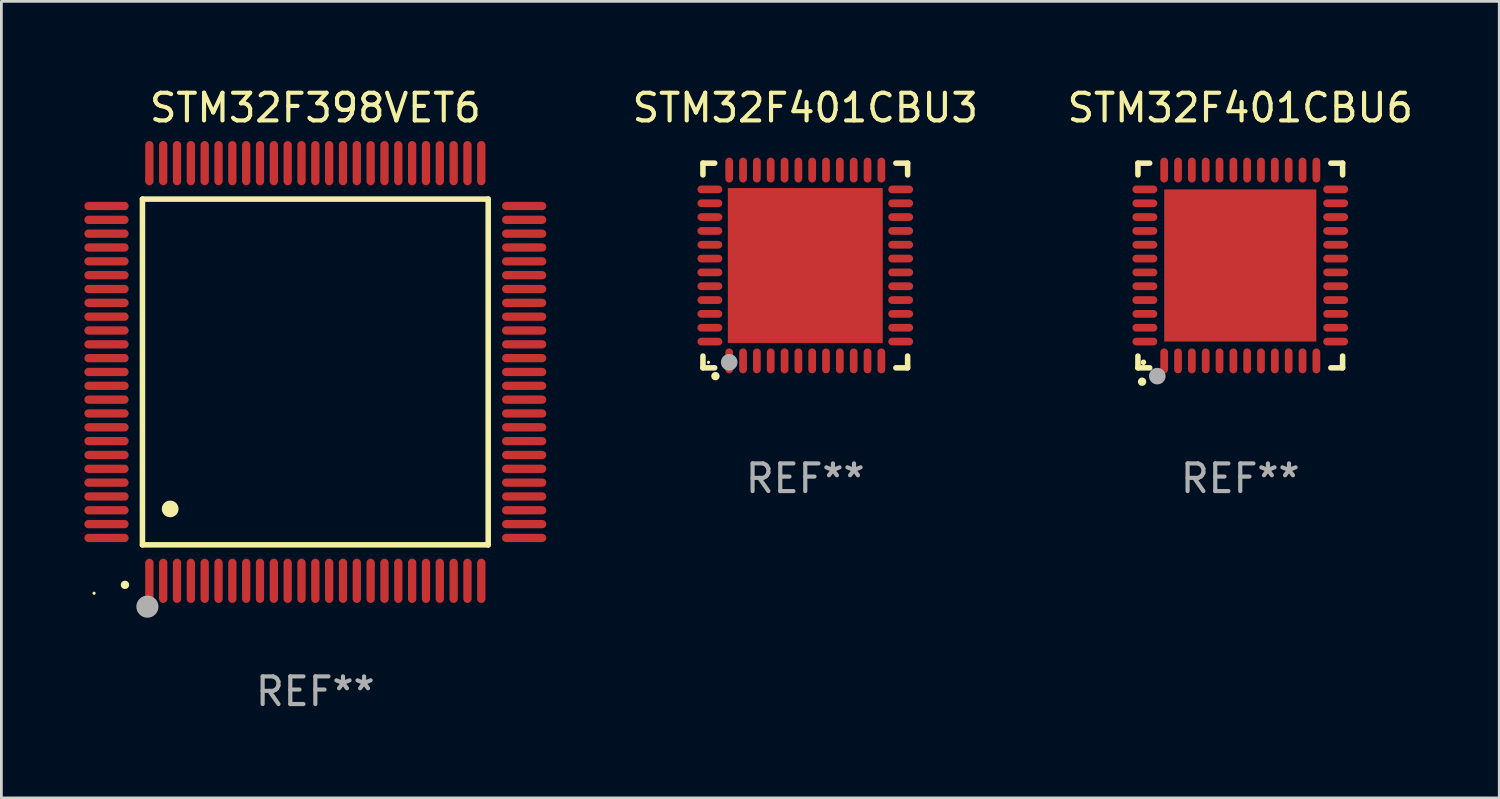
<source format=kicad_pcb>
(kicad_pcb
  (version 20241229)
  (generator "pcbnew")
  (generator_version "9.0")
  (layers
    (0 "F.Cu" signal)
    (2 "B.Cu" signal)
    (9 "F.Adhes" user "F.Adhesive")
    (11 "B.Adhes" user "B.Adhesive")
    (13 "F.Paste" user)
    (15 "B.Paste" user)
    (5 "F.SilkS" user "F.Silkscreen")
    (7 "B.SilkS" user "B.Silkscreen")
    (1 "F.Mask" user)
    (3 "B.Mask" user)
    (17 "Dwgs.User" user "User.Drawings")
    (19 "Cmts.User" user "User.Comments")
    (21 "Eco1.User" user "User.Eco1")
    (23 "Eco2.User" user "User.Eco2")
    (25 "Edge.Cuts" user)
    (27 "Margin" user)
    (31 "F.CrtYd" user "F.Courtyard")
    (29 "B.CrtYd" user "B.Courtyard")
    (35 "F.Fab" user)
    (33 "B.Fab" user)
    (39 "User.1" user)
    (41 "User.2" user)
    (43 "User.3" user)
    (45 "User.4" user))
  (footprint "STM32F401CBU6"
    (layer "F.Cu")
    (at 41.789 6.548)
    (property "Reference" "STM32F401CBU6" (at 0 -5.7 0) (layer "F.SilkS") (effects (font (size 1 1) (thickness 0.15))))
    (attr through_hole)
    (fp_line (start -3.7 -3.7) (end -3.275 -3.7) (stroke (width 0.2) (type solid)) (layer "F.SilkS"))
    (fp_line (start -3.7 -3.275) (end -3.7 -3.7) (stroke (width 0.2) (type solid)) (layer "F.SilkS"))
    (fp_line (start -3.7 3.7) (end -3.7 3.275) (stroke (width 0.2) (type solid)) (layer "F.SilkS"))
    (fp_line (start -3.275 3.7) (end -3.7 3.7) (stroke (width 0.2) (type solid)) (layer "F.SilkS"))
    (fp_line (start 3.7 -3.7) (end 3.275 -3.7) (stroke (width 0.2) (type solid)) (layer "F.SilkS"))
    (fp_line (start 3.7 -3.275) (end 3.7 -3.7) (stroke (width 0.2) (type solid)) (layer "F.SilkS"))
    (fp_line (start 3.7 3.275) (end 3.7 3.7) (stroke (width 0.2) (type solid)) (layer "F.SilkS"))
    (fp_line (start 3.7 3.7) (end 3.275 3.7) (stroke (width 0.2) (type solid)) (layer "F.SilkS"))
    (fp_arc (start -3.550927 4.201168) (mid -3.549657 4.201163) (end -3.548387 4.201168) (stroke (width 0.3) (type solid)) (layer "F.SilkS"))
    (fp_circle (center -3.5 3.5) (end -3.45 3.5) (stroke (width 0.1) (type solid)) (fill no) (layer "F.SilkS"))
    (fp_circle (center -3 4) (end -2.85 4) (stroke (width 0.3) (type solid)) (fill no) (layer "F.Fab"))
    (fp_text user "REF**" (at 0 7.7 0) (layer "F.Fab") (effects (font (size 1 1) (thickness 0.15))))
    (pad "1" smd oval (at -2.751 3.449) (size 0.28 0.9) (layers "F.Cu" "F.Mask" "F.Paste"))
    (pad "2" smd oval (at -2.25 3.449) (size 0.28 0.9) (layers "F.Cu" "F.Mask" "F.Paste"))
    (pad "3" smd oval (at -1.75 3.449) (size 0.28 0.9) (layers "F.Cu" "F.Mask" "F.Paste"))
    (pad "4" smd oval (at -1.25 3.449) (size 0.28 0.9) (layers "F.Cu" "F.Mask" "F.Paste"))
    (pad "5" smd oval (at -0.749 3.449) (size 0.28 0.9) (layers "F.Cu" "F.Mask" "F.Paste"))
    (pad "6" smd oval (at -0.249 3.449) (size 0.28 0.9) (layers "F.Cu" "F.Mask" "F.Paste"))
    (pad "7" smd oval (at 0.249 3.449) (size 0.28 0.9) (layers "F.Cu" "F.Mask" "F.Paste"))
    (pad "8" smd oval (at 0.749 3.449) (size 0.28 0.9) (layers "F.Cu" "F.Mask" "F.Paste"))
    (pad "9" smd oval (at 1.25 3.449) (size 0.28 0.9) (layers "F.Cu" "F.Mask" "F.Paste"))
    (pad "10" smd oval (at 1.75 3.449) (size 0.28 0.9) (layers "F.Cu" "F.Mask" "F.Paste"))
    (pad "11" smd oval (at 2.251 3.449) (size 0.28 0.9) (layers "F.Cu" "F.Mask" "F.Paste"))
    (pad "12" smd oval (at 2.751 3.449) (size 0.28 0.9) (layers "F.Cu" "F.Mask" "F.Paste"))
    (pad "13" smd oval (at 3.449 2.751) (size 0.9 0.28) (layers "F.Cu" "F.Mask" "F.Paste"))
    (pad "14" smd oval (at 3.449 2.251) (size 0.9 0.28) (layers "F.Cu" "F.Mask" "F.Paste"))
    (pad "15" smd oval (at 3.449 1.75) (size 0.9 0.28) (layers "F.Cu" "F.Mask" "F.Paste"))
    (pad "16" smd oval (at 3.449 1.25) (size 0.9 0.28) (layers "F.Cu" "F.Mask" "F.Paste"))
    (pad "17" smd oval (at 3.449 0.749) (size 0.9 0.28) (layers "F.Cu" "F.Mask" "F.Paste"))
    (pad "18" smd oval (at 3.449 0.249) (size 0.9 0.28) (layers "F.Cu" "F.Mask" "F.Paste"))
    (pad "19" smd oval (at 3.449 -0.249) (size 0.9 0.28) (layers "F.Cu" "F.Mask" "F.Paste"))
    (pad "20" smd oval (at 3.449 -0.749) (size 0.9 0.28) (layers "F.Cu" "F.Mask" "F.Paste"))
    (pad "21" smd oval (at 3.449 -1.25) (size 0.9 0.28) (layers "F.Cu" "F.Mask" "F.Paste"))
    (pad "22" smd oval (at 3.449 -1.75) (size 0.9 0.28) (layers "F.Cu" "F.Mask" "F.Paste"))
    (pad "23" smd oval (at 3.449 -2.25) (size 0.9 0.28) (layers "F.Cu" "F.Mask" "F.Paste"))
    (pad "24" smd oval (at 3.449 -2.751) (size 0.9 0.28) (layers "F.Cu" "F.Mask" "F.Paste"))
    (pad "25" smd oval (at 2.751 -3.449) (size 0.28 0.9) (layers "F.Cu" "F.Mask" "F.Paste"))
    (pad "26" smd oval (at 2.251 -3.449) (size 0.28 0.9) (layers "F.Cu" "F.Mask" "F.Paste"))
    (pad "27" smd oval (at 1.75 -3.449) (size 0.28 0.9) (layers "F.Cu" "F.Mask" "F.Paste"))
    (pad "28" smd oval (at 1.25 -3.449) (size 0.28 0.9) (layers "F.Cu" "F.Mask" "F.Paste"))
    (pad "29" smd oval (at 0.749 -3.449) (size 0.28 0.9) (layers "F.Cu" "F.Mask" "F.Paste"))
    (pad "30" smd oval (at 0.249 -3.449) (size 0.28 0.9) (layers "F.Cu" "F.Mask" "F.Paste"))
    (pad "31" smd oval (at -0.249 -3.449) (size 0.28 0.9) (layers "F.Cu" "F.Mask" "F.Paste"))
    (pad "32" smd oval (at -0.749 -3.449) (size 0.28 0.9) (layers "F.Cu" "F.Mask" "F.Paste"))
    (pad "33" smd oval (at -1.25 -3.449) (size 0.28 0.9) (layers "F.Cu" "F.Mask" "F.Paste"))
    (pad "34" smd oval (at -1.75 -3.449) (size 0.28 0.9) (layers "F.Cu" "F.Mask" "F.Paste"))
    (pad "35" smd oval (at -2.25 -3.449) (size 0.28 0.9) (layers "F.Cu" "F.Mask" "F.Paste"))
    (pad "36" smd oval (at -2.751 -3.449) (size 0.28 0.9) (layers "F.Cu" "F.Mask" "F.Paste"))
    (pad "37" smd oval (at -3.449 -2.751) (size 0.9 0.28) (layers "F.Cu" "F.Mask" "F.Paste"))
    (pad "38" smd oval (at -3.449 -2.25) (size 0.9 0.28) (layers "F.Cu" "F.Mask" "F.Paste"))
    (pad "39" smd oval (at -3.449 -1.75) (size 0.9 0.28) (layers "F.Cu" "F.Mask" "F.Paste"))
    (pad "40" smd oval (at -3.449 -1.25) (size 0.9 0.28) (layers "F.Cu" "F.Mask" "F.Paste"))
    (pad "41" smd oval (at -3.449 -0.749) (size 0.9 0.28) (layers "F.Cu" "F.Mask" "F.Paste"))
    (pad "42" smd oval (at -3.449 -0.249) (size 0.9 0.28) (layers "F.Cu" "F.Mask" "F.Paste"))
    (pad "43" smd oval (at -3.449 0.249) (size 0.9 0.28) (layers "F.Cu" "F.Mask" "F.Paste"))
    (pad "44" smd oval (at -3.449 0.749) (size 0.9 0.28) (layers "F.Cu" "F.Mask" "F.Paste"))
    (pad "45" smd oval (at -3.449 1.25) (size 0.9 0.28) (layers "F.Cu" "F.Mask" "F.Paste"))
    (pad "46" smd oval (at -3.449 1.75) (size 0.9 0.28) (layers "F.Cu" "F.Mask" "F.Paste"))
    (pad "47" smd oval (at -3.449 2.251) (size 0.9 0.28) (layers "F.Cu" "F.Mask" "F.Paste"))
    (pad "48" smd oval (at -3.449 2.751) (size 0.9 0.28) (layers "F.Cu" "F.Mask" "F.Paste"))
    (pad "49" smd rect (at 0.000076 0.000076) (size 5.5 5.5) (layers "F.Cu" "F.Mask" "F.Paste")))
  (footprint "STM32F398VET6"
    (layer "F.Cu")
    (at 8.35 10.398)
    (property "Reference" "STM32F398VET6" (at 0 -9.55 0) (layer "F.SilkS") (effects (font (size 1 1) (thickness 0.15))))
    (attr through_hole)
    (fp_line (start -6.25 -6.25) (end -6.25 6.25) (stroke (width 0.2) (type solid)) (layer "F.SilkS"))
    (fp_line (start -6.25 6.25) (end 6.25 6.25) (stroke (width 0.2) (type solid)) (layer "F.SilkS"))
    (fp_line (start 6.25 -6.25) (end -6.25 -6.25) (stroke (width 0.2) (type solid)) (layer "F.SilkS"))
    (fp_line (start 6.25 6.25) (end 6.25 -6.25) (stroke (width 0.2) (type solid)) (layer "F.SilkS"))
    (fp_arc (start -6.883414 7.696215) (mid -6.882144 7.69621) (end -6.880874 7.696215) (stroke (width 0.3) (type solid)) (layer "F.SilkS"))
    (fp_arc (start -5.250191 4.95047) (mid -5.247651 4.950459) (end -5.245111 4.95047) (stroke (width 0.6) (type solid)) (layer "F.SilkS"))
    (fp_circle (center -8 8) (end -7.97 8) (stroke (width 0.06) (type solid)) (fill no) (layer "F.SilkS"))
    (fp_circle (center -6.071 8.484) (end -5.871 8.484) (stroke (width 0.4) (type solid)) (fill no) (layer "F.Fab"))
    (fp_text user "REF**" (at 0 11.55 0) (layer "F.Fab") (effects (font (size 1 1) (thickness 0.15))))
    (pad "1" smd oval (at -6 7.55) (size 0.3 1.6) (layers "F.Cu" "F.Mask" "F.Paste"))
    (pad "2" smd oval (at -5.5 7.55) (size 0.3 1.6) (layers "F.Cu" "F.Mask" "F.Paste"))
    (pad "3" smd oval (at -5 7.55) (size 0.3 1.6) (layers "F.Cu" "F.Mask" "F.Paste"))
    (pad "4" smd oval (at -4.5 7.55) (size 0.3 1.6) (layers "F.Cu" "F.Mask" "F.Paste"))
    (pad "5" smd oval (at -4 7.55) (size 0.3 1.6) (layers "F.Cu" "F.Mask" "F.Paste"))
    (pad "6" smd oval (at -3.5 7.55) (size 0.3 1.6) (layers "F.Cu" "F.Mask" "F.Paste"))
    (pad "7" smd oval (at -3 7.55) (size 0.3 1.6) (layers "F.Cu" "F.Mask" "F.Paste"))
    (pad "8" smd oval (at -2.5 7.55) (size 0.3 1.6) (layers "F.Cu" "F.Mask" "F.Paste"))
    (pad "9" smd oval (at -2 7.55) (size 0.3 1.6) (layers "F.Cu" "F.Mask" "F.Paste"))
    (pad "10" smd oval (at -1.5 7.55) (size 0.3 1.6) (layers "F.Cu" "F.Mask" "F.Paste"))
    (pad "11" smd oval (at -1 7.55) (size 0.3 1.6) (layers "F.Cu" "F.Mask" "F.Paste"))
    (pad "12" smd oval (at -0.5 7.55) (size 0.3 1.6) (layers "F.Cu" "F.Mask" "F.Paste"))
    (pad "13" smd oval (at 0 7.55) (size 0.3 1.6) (layers "F.Cu" "F.Mask" "F.Paste"))
    (pad "14" smd oval (at 0.5 7.55) (size 0.3 1.6) (layers "F.Cu" "F.Mask" "F.Paste"))
    (pad "15" smd oval (at 1 7.55) (size 0.3 1.6) (layers "F.Cu" "F.Mask" "F.Paste"))
    (pad "16" smd oval (at 1.5 7.55) (size 0.3 1.6) (layers "F.Cu" "F.Mask" "F.Paste"))
    (pad "17" smd oval (at 2 7.55) (size 0.3 1.6) (layers "F.Cu" "F.Mask" "F.Paste"))
    (pad "18" smd oval (at 2.5 7.55) (size 0.3 1.6) (layers "F.Cu" "F.Mask" "F.Paste"))
    (pad "19" smd oval (at 3 7.55) (size 0.3 1.6) (layers "F.Cu" "F.Mask" "F.Paste"))
    (pad "20" smd oval (at 3.5 7.55) (size 0.3 1.6) (layers "F.Cu" "F.Mask" "F.Paste"))
    (pad "21" smd oval (at 4 7.55) (size 0.3 1.6) (layers "F.Cu" "F.Mask" "F.Paste"))
    (pad "22" smd oval (at 4.5 7.55) (size 0.3 1.6) (layers "F.Cu" "F.Mask" "F.Paste"))
    (pad "23" smd oval (at 5 7.55) (size 0.3 1.6) (layers "F.Cu" "F.Mask" "F.Paste"))
    (pad "24" smd oval (at 5.5 7.55) (size 0.3 1.6) (layers "F.Cu" "F.Mask" "F.Paste"))
    (pad "25" smd oval (at 6 7.55) (size 0.3 1.6) (layers "F.Cu" "F.Mask" "F.Paste"))
    (pad "26" smd oval (at 7.55 6) (size 1.6 0.3) (layers "F.Cu" "F.Mask" "F.Paste"))
    (pad "27" smd oval (at 7.55 5.5) (size 1.6 0.3) (layers "F.Cu" "F.Mask" "F.Paste"))
    (pad "28" smd oval (at 7.55 5) (size 1.6 0.3) (layers "F.Cu" "F.Mask" "F.Paste"))
    (pad "29" smd oval (at 7.55 4.5) (size 1.6 0.3) (layers "F.Cu" "F.Mask" "F.Paste"))
    (pad "30" smd oval (at 7.55 4) (size 1.6 0.3) (layers "F.Cu" "F.Mask" "F.Paste"))
    (pad "31" smd oval (at 7.55 3.5) (size 1.6 0.3) (layers "F.Cu" "F.Mask" "F.Paste"))
    (pad "32" smd oval (at 7.55 3) (size 1.6 0.3) (layers "F.Cu" "F.Mask" "F.Paste"))
    (pad "33" smd oval (at 7.55 2.5) (size 1.6 0.3) (layers "F.Cu" "F.Mask" "F.Paste"))
    (pad "34" smd oval (at 7.55 2) (size 1.6 0.3) (layers "F.Cu" "F.Mask" "F.Paste"))
    (pad "35" smd oval (at 7.55 1.5) (size 1.6 0.3) (layers "F.Cu" "F.Mask" "F.Paste"))
    (pad "36" smd oval (at 7.55 1) (size 1.6 0.3) (layers "F.Cu" "F.Mask" "F.Paste"))
    (pad "37" smd oval (at 7.55 0.5) (size 1.6 0.3) (layers "F.Cu" "F.Mask" "F.Paste"))
    (pad "38" smd oval (at 7.55 0) (size 1.6 0.3) (layers "F.Cu" "F.Mask" "F.Paste"))
    (pad "39" smd oval (at 7.55 -0.5) (size 1.6 0.3) (layers "F.Cu" "F.Mask" "F.Paste"))
    (pad "40" smd oval (at 7.55 -1) (size 1.6 0.3) (layers "F.Cu" "F.Mask" "F.Paste"))
    (pad "41" smd oval (at 7.55 -1.5) (size 1.6 0.3) (layers "F.Cu" "F.Mask" "F.Paste"))
    (pad "42" smd oval (at 7.55 -2) (size 1.6 0.3) (layers "F.Cu" "F.Mask" "F.Paste"))
    (pad "43" smd oval (at 7.55 -2.5) (size 1.6 0.3) (layers "F.Cu" "F.Mask" "F.Paste"))
    (pad "44" smd oval (at 7.55 -3) (size 1.6 0.3) (layers "F.Cu" "F.Mask" "F.Paste"))
    (pad "45" smd oval (at 7.55 -3.5) (size 1.6 0.3) (layers "F.Cu" "F.Mask" "F.Paste"))
    (pad "46" smd oval (at 7.55 -4) (size 1.6 0.3) (layers "F.Cu" "F.Mask" "F.Paste"))
    (pad "47" smd oval (at 7.55 -4.5) (size 1.6 0.3) (layers "F.Cu" "F.Mask" "F.Paste"))
    (pad "48" smd oval (at 7.55 -5) (size 1.6 0.3) (layers "F.Cu" "F.Mask" "F.Paste"))
    (pad "49" smd oval (at 7.55 -5.5) (size 1.6 0.3) (layers "F.Cu" "F.Mask" "F.Paste"))
    (pad "50" smd oval (at 7.55 -6) (size 1.6 0.3) (layers "F.Cu" "F.Mask" "F.Paste"))
    (pad "51" smd oval (at 6 -7.55) (size 0.3 1.6) (layers "F.Cu" "F.Mask" "F.Paste"))
    (pad "52" smd oval (at 5.5 -7.55) (size 0.3 1.6) (layers "F.Cu" "F.Mask" "F.Paste"))
    (pad "53" smd oval (at 5 -7.55) (size 0.3 1.6) (layers "F.Cu" "F.Mask" "F.Paste"))
    (pad "54" smd oval (at 4.5 -7.55) (size 0.3 1.6) (layers "F.Cu" "F.Mask" "F.Paste"))
    (pad "55" smd oval (at 4 -7.55) (size 0.3 1.6) (layers "F.Cu" "F.Mask" "F.Paste"))
    (pad "56" smd oval (at 3.5 -7.55) (size 0.3 1.6) (layers "F.Cu" "F.Mask" "F.Paste"))
    (pad "57" smd oval (at 3 -7.55) (size 0.3 1.6) (layers "F.Cu" "F.Mask" "F.Paste"))
    (pad "58" smd oval (at 2.5 -7.55) (size 0.3 1.6) (layers "F.Cu" "F.Mask" "F.Paste"))
    (pad "59" smd oval (at 2 -7.55) (size 0.3 1.6) (layers "F.Cu" "F.Mask" "F.Paste"))
    (pad "60" smd oval (at 1.5 -7.55) (size 0.3 1.6) (layers "F.Cu" "F.Mask" "F.Paste"))
    (pad "61" smd oval (at 1 -7.55) (size 0.3 1.6) (layers "F.Cu" "F.Mask" "F.Paste"))
    (pad "62" smd oval (at 0.5 -7.55) (size 0.3 1.6) (layers "F.Cu" "F.Mask" "F.Paste"))
    (pad "63" smd oval (at 0 -7.55) (size 0.3 1.6) (layers "F.Cu" "F.Mask" "F.Paste"))
    (pad "64" smd oval (at -0.5 -7.55) (size 0.3 1.6) (layers "F.Cu" "F.Mask" "F.Paste"))
    (pad "65" smd oval (at -1 -7.55) (size 0.3 1.6) (layers "F.Cu" "F.Mask" "F.Paste"))
    (pad "66" smd oval (at -1.5 -7.55) (size 0.3 1.6) (layers "F.Cu" "F.Mask" "F.Paste"))
    (pad "67" smd oval (at -2 -7.55) (size 0.3 1.6) (layers "F.Cu" "F.Mask" "F.Paste"))
    (pad "68" smd oval (at -2.5 -7.55) (size 0.3 1.6) (layers "F.Cu" "F.Mask" "F.Paste"))
    (pad "69" smd oval (at -3 -7.55) (size 0.3 1.6) (layers "F.Cu" "F.Mask" "F.Paste"))
    (pad "70" smd oval (at -3.5 -7.55) (size 0.3 1.6) (layers "F.Cu" "F.Mask" "F.Paste"))
    (pad "71" smd oval (at -4 -7.55) (size 0.3 1.6) (layers "F.Cu" "F.Mask" "F.Paste"))
    (pad "72" smd oval (at -4.5 -7.55) (size 0.3 1.6) (layers "F.Cu" "F.Mask" "F.Paste"))
    (pad "73" smd oval (at -5 -7.55) (size 0.3 1.6) (layers "F.Cu" "F.Mask" "F.Paste"))
    (pad "74" smd oval (at -5.5 -7.55) (size 0.3 1.6) (layers "F.Cu" "F.Mask" "F.Paste"))
    (pad "75" smd oval (at -6 -7.55) (size 0.3 1.6) (layers "F.Cu" "F.Mask" "F.Paste"))
    (pad "76" smd oval (at -7.55 -6) (size 1.6 0.3) (layers "F.Cu" "F.Mask" "F.Paste"))
    (pad "77" smd oval (at -7.55 -5.5) (size 1.6 0.3) (layers "F.Cu" "F.Mask" "F.Paste"))
    (pad "78" smd oval (at -7.55 -5) (size 1.6 0.3) (layers "F.Cu" "F.Mask" "F.Paste"))
    (pad "79" smd oval (at -7.55 -4.5) (size 1.6 0.3) (layers "F.Cu" "F.Mask" "F.Paste"))
    (pad "80" smd oval (at -7.55 -4) (size 1.6 0.3) (layers "F.Cu" "F.Mask" "F.Paste"))
    (pad "81" smd oval (at -7.55 -3.5) (size 1.6 0.3) (layers "F.Cu" "F.Mask" "F.Paste"))
    (pad "82" smd oval (at -7.55 -3) (size 1.6 0.3) (layers "F.Cu" "F.Mask" "F.Paste"))
    (pad "83" smd oval (at -7.55 -2.5) (size 1.6 0.3) (layers "F.Cu" "F.Mask" "F.Paste"))
    (pad "84" smd oval (at -7.55 -2) (size 1.6 0.3) (layers "F.Cu" "F.Mask" "F.Paste"))
    (pad "85" smd oval (at -7.55 -1.5) (size 1.6 0.3) (layers "F.Cu" "F.Mask" "F.Paste"))
    (pad "86" smd oval (at -7.55 -1) (size 1.6 0.3) (layers "F.Cu" "F.Mask" "F.Paste"))
    (pad "87" smd oval (at -7.55 -0.5) (size 1.6 0.3) (layers "F.Cu" "F.Mask" "F.Paste"))
    (pad "88" smd oval (at -7.55 0) (size 1.6 0.3) (layers "F.Cu" "F.Mask" "F.Paste"))
    (pad "89" smd oval (at -7.55 0.5) (size 1.6 0.3) (layers "F.Cu" "F.Mask" "F.Paste"))
    (pad "90" smd oval (at -7.55 1) (size 1.6 0.3) (layers "F.Cu" "F.Mask" "F.Paste"))
    (pad "91" smd oval (at -7.55 1.5) (size 1.6 0.3) (layers "F.Cu" "F.Mask" "F.Paste"))
    (pad "92" smd oval (at -7.55 2) (size 1.6 0.3) (layers "F.Cu" "F.Mask" "F.Paste"))
    (pad "93" smd oval (at -7.55 2.5) (size 1.6 0.3) (layers "F.Cu" "F.Mask" "F.Paste"))
    (pad "94" smd oval (at -7.55 3) (size 1.6 0.3) (layers "F.Cu" "F.Mask" "F.Paste"))
    (pad "95" smd oval (at -7.55 3.5) (size 1.6 0.3) (layers "F.Cu" "F.Mask" "F.Paste"))
    (pad "96" smd oval (at -7.55 4) (size 1.6 0.3) (layers "F.Cu" "F.Mask" "F.Paste"))
    (pad "97" smd oval (at -7.55 4.5) (size 1.6 0.3) (layers "F.Cu" "F.Mask" "F.Paste"))
    (pad "98" smd oval (at -7.55 5) (size 1.6 0.3) (layers "F.Cu" "F.Mask" "F.Paste"))
    (pad "99" smd oval (at -7.55 5.5) (size 1.6 0.3) (layers "F.Cu" "F.Mask" "F.Paste"))
    (pad "100" smd oval (at -7.55 6) (size 1.6 0.3) (layers "F.Cu" "F.Mask" "F.Paste")))
  (footprint "STM32F401CBU3"
    (layer "F.Cu")
    (at 26.063 6.548)
    (property "Reference" "STM32F401CBU3" (at 0 -5.7 0) (layer "F.SilkS") (effects (font (size 1 1) (thickness 0.15))))
    (attr through_hole)
    (fp_line (start -3.7 -3.7) (end -3.275 -3.7) (stroke (width 0.2) (type solid)) (layer "F.SilkS"))
    (fp_line (start -3.7 -3.275) (end -3.7 -3.7) (stroke (width 0.2) (type solid)) (layer "F.SilkS"))
    (fp_line (start -3.7 3.7) (end -3.7 3.275) (stroke (width 0.2) (type solid)) (layer "F.SilkS"))
    (fp_line (start -3.275 3.7) (end -3.7 3.7) (stroke (width 0.2) (type solid)) (layer "F.SilkS"))
    (fp_line (start 3.7 -3.7) (end 3.275 -3.7) (stroke (width 0.2) (type solid)) (layer "F.SilkS"))
    (fp_line (start 3.7 -3.275) (end 3.7 -3.7) (stroke (width 0.2) (type solid)) (layer "F.SilkS"))
    (fp_line (start 3.7 3.275) (end 3.7 3.7) (stroke (width 0.2) (type solid)) (layer "F.SilkS"))
    (fp_line (start 3.7 3.7) (end 3.275 3.7) (stroke (width 0.2) (type solid)) (layer "F.SilkS"))
    (fp_arc (start -3.249936 3.999975) (mid -3.248666 3.99997) (end -3.247396 3.999975) (stroke (width 0.3) (type solid)) (layer "F.SilkS"))
    (fp_circle (center -3.5 3.5) (end -3.47 3.5) (stroke (width 0.06) (type solid)) (fill no) (layer "F.SilkS"))
    (fp_circle (center -2.75 3.5) (end -2.6 3.5) (stroke (width 0.3) (type solid)) (fill no) (layer "F.Fab"))
    (fp_text user "REF**" (at 0 7.7 0) (layer "F.Fab") (effects (font (size 1 1) (thickness 0.15))))
    (pad "1" smd oval (at -2.751 3.449) (size 0.28 0.9) (layers "F.Cu" "F.Mask" "F.Paste"))
    (pad "2" smd oval (at -2.25 3.449) (size 0.28 0.9) (layers "F.Cu" "F.Mask" "F.Paste"))
    (pad "3" smd oval (at -1.75 3.449) (size 0.28 0.9) (layers "F.Cu" "F.Mask" "F.Paste"))
    (pad "4" smd oval (at -1.25 3.449) (size 0.28 0.9) (layers "F.Cu" "F.Mask" "F.Paste"))
    (pad "5" smd oval (at -0.749 3.449) (size 0.28 0.9) (layers "F.Cu" "F.Mask" "F.Paste"))
    (pad "6" smd oval (at -0.249 3.449) (size 0.28 0.9) (layers "F.Cu" "F.Mask" "F.Paste"))
    (pad "7" smd oval (at 0.249 3.449) (size 0.28 0.9) (layers "F.Cu" "F.Mask" "F.Paste"))
    (pad "8" smd oval (at 0.749 3.449) (size 0.28 0.9) (layers "F.Cu" "F.Mask" "F.Paste"))
    (pad "9" smd oval (at 1.25 3.449) (size 0.28 0.9) (layers "F.Cu" "F.Mask" "F.Paste"))
    (pad "10" smd oval (at 1.75 3.449) (size 0.28 0.9) (layers "F.Cu" "F.Mask" "F.Paste"))
    (pad "11" smd oval (at 2.251 3.449) (size 0.28 0.9) (layers "F.Cu" "F.Mask" "F.Paste"))
    (pad "12" smd oval (at 2.751 3.449) (size 0.28 0.9) (layers "F.Cu" "F.Mask" "F.Paste"))
    (pad "13" smd oval (at 3.449 2.75) (size 0.9 0.28) (layers "F.Cu" "F.Mask" "F.Paste"))
    (pad "14" smd oval (at 3.449 2.25) (size 0.9 0.28) (layers "F.Cu" "F.Mask" "F.Paste"))
    (pad "15" smd oval (at 3.449 1.75) (size 0.9 0.28) (layers "F.Cu" "F.Mask" "F.Paste"))
    (pad "16" smd oval (at 3.449 1.25) (size 0.9 0.28) (layers "F.Cu" "F.Mask" "F.Paste"))
    (pad "17" smd oval (at 3.449 0.75) (size 0.9 0.28) (layers "F.Cu" "F.Mask" "F.Paste"))
    (pad "18" smd oval (at 3.449 0.25) (size 0.9 0.28) (layers "F.Cu" "F.Mask" "F.Paste"))
    (pad "19" smd oval (at 3.449 -0.25) (size 0.9 0.28) (layers "F.Cu" "F.Mask" "F.Paste"))
    (pad "20" smd oval (at 3.449 -0.75) (size 0.9 0.28) (layers "F.Cu" "F.Mask" "F.Paste"))
    (pad "21" smd oval (at 3.449 -1.25) (size 0.9 0.28) (layers "F.Cu" "F.Mask" "F.Paste"))
    (pad "22" smd oval (at 3.449 -1.75) (size 0.9 0.28) (layers "F.Cu" "F.Mask" "F.Paste"))
    (pad "23" smd oval (at 3.449 -2.25) (size 0.9 0.28) (layers "F.Cu" "F.Mask" "F.Paste"))
    (pad "24" smd oval (at 3.449 -2.75) (size 0.9 0.28) (layers "F.Cu" "F.Mask" "F.Paste"))
    (pad "25" smd oval (at 2.751 -3.449) (size 0.28 0.9) (layers "F.Cu" "F.Mask" "F.Paste"))
    (pad "26" smd oval (at 2.251 -3.449) (size 0.28 0.9) (layers "F.Cu" "F.Mask" "F.Paste"))
    (pad "27" smd oval (at 1.75 -3.449) (size 0.28 0.9) (layers "F.Cu" "F.Mask" "F.Paste"))
    (pad "28" smd oval (at 1.25 -3.449) (size 0.28 0.9) (layers "F.Cu" "F.Mask" "F.Paste"))
    (pad "29" smd oval (at 0.749 -3.449) (size 0.28 0.9) (layers "F.Cu" "F.Mask" "F.Paste"))
    (pad "30" smd oval (at 0.249 -3.449) (size 0.28 0.9) (layers "F.Cu" "F.Mask" "F.Paste"))
    (pad "31" smd oval (at -0.249 -3.449) (size 0.28 0.9) (layers "F.Cu" "F.Mask" "F.Paste"))
    (pad "32" smd oval (at -0.749 -3.449) (size 0.28 0.9) (layers "F.Cu" "F.Mask" "F.Paste"))
    (pad "33" smd oval (at -1.25 -3.449) (size 0.28 0.9) (layers "F.Cu" "F.Mask" "F.Paste"))
    (pad "34" smd oval (at -1.75 -3.449) (size 0.28 0.9) (layers "F.Cu" "F.Mask" "F.Paste"))
    (pad "35" smd oval (at -2.25 -3.449) (size 0.28 0.9) (layers "F.Cu" "F.Mask" "F.Paste"))
    (pad "36" smd oval (at -2.751 -3.449) (size 0.28 0.9) (layers "F.Cu" "F.Mask" "F.Paste"))
    (pad "37" smd oval (at -3.449 -2.751) (size 0.9 0.28) (layers "F.Cu" "F.Mask" "F.Paste"))
    (pad "38" smd oval (at -3.449 -2.25) (size 0.9 0.28) (layers "F.Cu" "F.Mask" "F.Paste"))
    (pad "39" smd oval (at -3.449 -1.75) (size 0.9 0.28) (layers "F.Cu" "F.Mask" "F.Paste"))
    (pad "40" smd oval (at -3.449 -1.25) (size 0.9 0.28) (layers "F.Cu" "F.Mask" "F.Paste"))
    (pad "41" smd oval (at -3.449 -0.749) (size 0.9 0.28) (layers "F.Cu" "F.Mask" "F.Paste"))
    (pad "42" smd oval (at -3.449 -0.249) (size 0.9 0.28) (layers "F.Cu" "F.Mask" "F.Paste"))
    (pad "43" smd oval (at -3.449 0.249) (size 0.9 0.28) (layers "F.Cu" "F.Mask" "F.Paste"))
    (pad "44" smd oval (at -3.449 0.749) (size 0.9 0.28) (layers "F.Cu" "F.Mask" "F.Paste"))
    (pad "45" smd oval (at -3.449 1.25) (size 0.9 0.28) (layers "F.Cu" "F.Mask" "F.Paste"))
    (pad "46" smd oval (at -3.449 1.75) (size 0.9 0.28) (layers "F.Cu" "F.Mask" "F.Paste"))
    (pad "47" smd oval (at -3.449 2.25) (size 0.9 0.28) (layers "F.Cu" "F.Mask" "F.Paste"))
    (pad "48" smd oval (at -3.449 2.751) (size 0.9 0.28) (layers "F.Cu" "F.Mask" "F.Paste"))
    (pad "49" smd rect (at 0.000076 -0.000025) (size 5.6 5.6) (layers "F.Cu" "F.Mask" "F.Paste")))
  (gr_rect
    (start -3 -3)
    (end 51.152 25.796)
    (stroke (width 0.1) (type default))
    (fill no)
    (layer "Edge.Cuts")))
</source>
